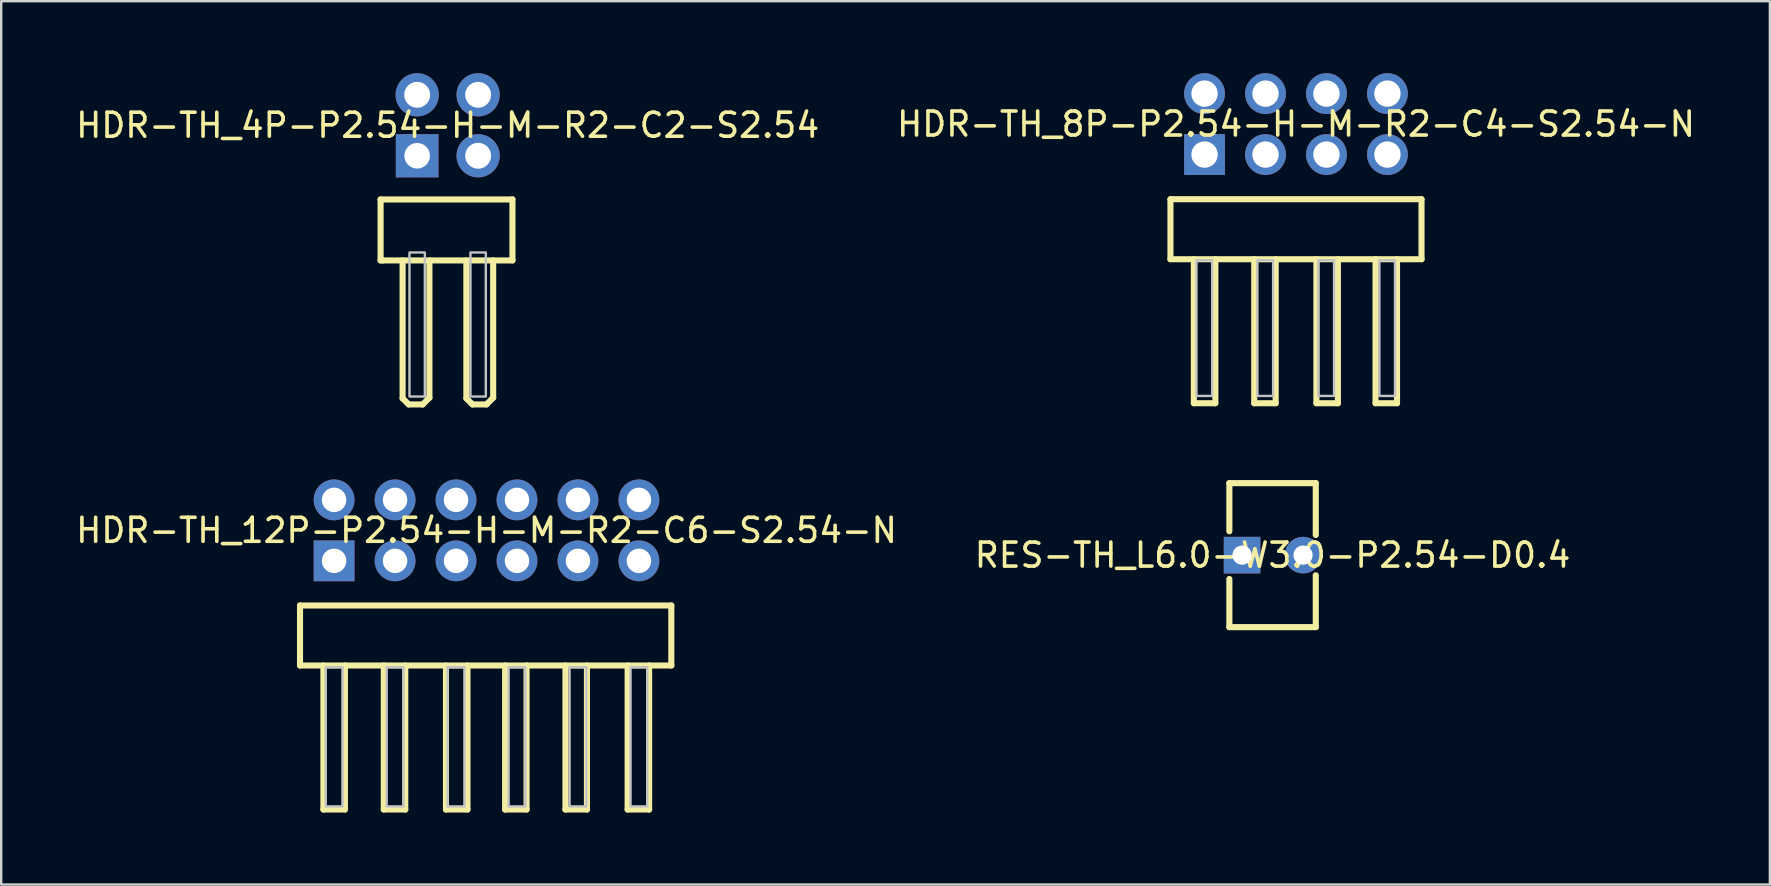
<source format=kicad_pcb>
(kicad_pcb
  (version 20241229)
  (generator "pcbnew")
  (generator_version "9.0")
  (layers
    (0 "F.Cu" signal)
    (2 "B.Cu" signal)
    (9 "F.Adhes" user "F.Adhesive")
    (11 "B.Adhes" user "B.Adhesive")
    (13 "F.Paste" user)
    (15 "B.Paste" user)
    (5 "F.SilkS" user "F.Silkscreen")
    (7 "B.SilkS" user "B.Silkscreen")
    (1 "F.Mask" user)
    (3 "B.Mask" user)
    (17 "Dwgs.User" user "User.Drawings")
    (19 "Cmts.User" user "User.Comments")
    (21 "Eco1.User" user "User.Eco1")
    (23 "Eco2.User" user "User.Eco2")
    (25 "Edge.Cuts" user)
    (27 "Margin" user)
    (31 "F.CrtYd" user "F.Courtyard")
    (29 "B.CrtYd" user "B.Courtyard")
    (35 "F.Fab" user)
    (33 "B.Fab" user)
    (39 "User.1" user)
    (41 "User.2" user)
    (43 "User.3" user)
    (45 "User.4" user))
  (footprint "HDR-TH_4P-P2.54-H-M-R2-C2-S2.54"
    (layer "F.Cu")
    (at 15.601 2.17)
    (property "Reference" "HDR-TH_4P-P2.54-H-M-R2-C2-S2.54" (at 0 0 0) (layer "F.SilkS") (effects (font (size 1 1) (thickness 0.15))))
    (fp_line (start -2.794 3.09) (end 2.7 3.09) (stroke (width 0.254) (type default)) (layer "F.SilkS"))
    (fp_line (start -2.794 5.63) (end -2.794 3.09) (stroke (width 0.254) (type default)) (layer "F.SilkS"))
    (fp_line (start -2.7 5.63) (end -2.794 5.63) (stroke (width 0.254) (type default)) (layer "F.SilkS"))
    (fp_line (start -1.877 5.63) (end -1.877 11.376) (stroke (width 0.254) (type default)) (layer "F.SilkS"))
    (fp_line (start -1.877 11.376) (end -1.623 11.63) (stroke (width 0.254) (type default)) (layer "F.SilkS"))
    (fp_line (start -1.623 11.63) (end -1.039 11.63) (stroke (width 0.254) (type default)) (layer "F.SilkS"))
    (fp_line (start -0.76 5.63) (end -0.76 11.351) (stroke (width 0.254) (type default)) (layer "F.SilkS"))
    (fp_line (start -0.76 11.351) (end -1.039 11.63) (stroke (width 0.254) (type default)) (layer "F.SilkS"))
    (fp_line (start 0.78 5.63) (end 0.78 11.376) (stroke (width 0.254) (type default)) (layer "F.SilkS"))
    (fp_line (start 0.78 11.376) (end 1.034 11.63) (stroke (width 0.254) (type default)) (layer "F.SilkS"))
    (fp_line (start 1.034 11.63) (end 1.618 11.63) (stroke (width 0.254) (type default)) (layer "F.SilkS"))
    (fp_line (start 1.897 5.63) (end 1.897 11.351) (stroke (width 0.254) (type default)) (layer "F.SilkS"))
    (fp_line (start 1.897 11.351) (end 1.618 11.63) (stroke (width 0.254) (type default)) (layer "F.SilkS"))
    (fp_line (start 2.7 5.63) (end -2.7 5.63) (stroke (width 0.254) (type default)) (layer "F.SilkS"))
    (fp_line (start 2.7 5.63) (end 2.7 3.09) (stroke (width 0.254) (type default)) (layer "F.SilkS"))
    (fp_poly (pts (xy -1.59 11.3) (xy -1.59 5.3) (xy -0.95 5.3) (xy -0.95 11.3)) (stroke (width 0.1) (type default)) (fill no) (layer "Dwgs.User"))
    (fp_poly (pts (xy 0.95 11.3) (xy 0.95 5.3) (xy 1.59 5.3) (xy 1.59 11.3)) (stroke (width 0.1) (type default)) (fill no) (layer "Dwgs.User"))
    (fp_poly (pts (xy -1.59 -1.59) (xy -0.95 -1.59) (xy -0.95 11.3) (xy -1.59 11.3)) (stroke (width 0.1) (type default)) (fill no) (layer "User.1"))
    (fp_poly (pts (xy -0.95 -0.95) (xy -1.59 -0.95) (xy -1.59 -1.59) (xy -0.95 -1.59)) (stroke (width 0.1) (type default)) (fill no) (layer "User.1"))
    (fp_poly (pts (xy -0.95 1.59) (xy -1.59 1.59) (xy -1.59 0.95) (xy -0.95 0.95)) (stroke (width 0.1) (type default)) (fill no) (layer "User.1"))
    (fp_poly (pts (xy 0.95 -1.59) (xy 1.59 -1.59) (xy 1.59 11.3) (xy 0.95 11.3)) (stroke (width 0.1) (type default)) (fill no) (layer "User.1"))
    (fp_poly (pts (xy 1.59 -0.95) (xy 0.95 -0.95) (xy 0.95 -1.59) (xy 1.59 -1.59)) (stroke (width 0.1) (type default)) (fill no) (layer "User.1"))
    (fp_poly (pts (xy 1.59 1.59) (xy 0.95 1.59) (xy 0.95 0.95) (xy 1.59 0.95)) (stroke (width 0.1) (type default)) (fill no) (layer "User.1"))
    (fp_line (start -2.54 2.8) (end 2.54 2.8) (stroke (width 0.051) (type default)) (layer "User.2"))
    (fp_line (start -2.54 5.3) (end -2.54 2.8) (stroke (width 0.051) (type default)) (layer "User.2"))
    (fp_line (start 2.54 2.8) (end 2.54 5.3) (stroke (width 0.051) (type default)) (layer "User.2"))
    (fp_line (start 2.54 5.3) (end -2.54 5.3) (stroke (width 0.051) (type default)) (layer "User.2"))
    (fp_poly (pts (xy -2.485 11.277) (xy -2.517 11.245) (xy -2.563 11.245) (xy -2.595 11.277) (xy -2.595 11.323) (xy -2.563 11.355) (xy -2.517 11.355) (xy -2.485 11.323)) (stroke (width 0.1) (type default)) (fill no) (layer "User.3"))
    (pad "1" thru_hole rect (at -1.27 1.27 180) (size 1.778 1.8) (drill 1.067) (layers "*.Cu" "*.Mask"))
    (pad "2" thru_hole circle (at -1.27 -1.27 180) (size 1.8 1.8) (drill 1.08) (layers "*.Cu" "*.Mask"))
    (pad "3" thru_hole circle (at 1.27 1.27 180) (size 1.8 1.8) (drill 1.08) (layers "*.Cu" "*.Mask"))
    (pad "4" thru_hole circle (at 1.27 -1.27 180) (size 1.8 1.8) (drill 1.08) (layers "*.Cu" "*.Mask")))
  (footprint "RES-TH_L6.0-W3.0-P2.54-D0.4"
    (layer "F.Cu")
    (at 49.97 20.079)
    (property "Reference" "RES-TH_L6.0-W3.0-P2.54-D0.4" (at 0 0 0) (layer "F.SilkS") (effects (font (size 1 1) (thickness 0.15))))
    (fp_line (start -1.8 -3) (end 1.8 -3) (stroke (width 0.254) (type default)) (layer "F.SilkS"))
    (fp_line (start -1.8 -0.993) (end -1.8 -3) (stroke (width 0.254) (type default)) (layer "F.SilkS"))
    (fp_line (start -1.8 3) (end -1.8 0.993) (stroke (width 0.254) (type default)) (layer "F.SilkS"))
    (fp_line (start 1.8 -3) (end 1.8 -0.84) (stroke (width 0.254) (type default)) (layer "F.SilkS"))
    (fp_line (start 1.8 0.84) (end 1.8 3) (stroke (width 0.254) (type default)) (layer "F.SilkS"))
    (fp_line (start 1.8 3) (end -1.8 3) (stroke (width 0.254) (type default)) (layer "F.SilkS"))
    (fp_poly (pts (xy -0.973 -0.039) (xy -0.993 -0.115) (xy -1.032 -0.183) (xy -1.087 -0.238) (xy -1.155 -0.277) (xy -1.231 -0.297) (xy -1.309 -0.297) (xy -1.385 -0.277) (xy -1.453 -0.238) (xy -1.508 -0.183) (xy -1.547 -0.115) (xy -1.567 -0.039) (xy -1.567 0.039) (xy -1.547 0.115) (xy -1.508 0.183) (xy -1.453 0.238) (xy -1.385 0.277) (xy -1.309 0.297) (xy -1.231 0.297) (xy -1.155 0.277) (xy -1.087 0.238) (xy -1.032 0.183) (xy -0.993 0.115) (xy -0.973 0.039)) (stroke (width 0.1) (type default)) (fill no) (layer "User.1"))
    (fp_poly (pts (xy 1.567 -0.039) (xy 1.547 -0.115) (xy 1.508 -0.183) (xy 1.453 -0.238) (xy 1.385 -0.277) (xy 1.309 -0.297) (xy 1.231 -0.297) (xy 1.155 -0.277) (xy 1.087 -0.238) (xy 1.032 -0.183) (xy 0.993 -0.115) (xy 0.973 -0.039) (xy 0.973 0.039) (xy 0.993 0.115) (xy 1.032 0.183) (xy 1.087 0.238) (xy 1.155 0.277) (xy 1.231 0.297) (xy 1.309 0.297) (xy 1.385 0.277) (xy 1.453 0.238) (xy 1.508 0.183) (xy 1.547 0.115) (xy 1.567 0.039)) (stroke (width 0.1) (type default)) (fill no) (layer "User.1"))
    (fp_line (start -2.032 -3.127) (end 2.032 -3.127) (stroke (width 0.051) (type default)) (layer "User.2"))
    (fp_line (start -2.032 3.127) (end -2.032 -3.127) (stroke (width 0.051) (type default)) (layer "User.2"))
    (fp_line (start 2.032 -3.127) (end 2.032 3.127) (stroke (width 0.051) (type default)) (layer "User.2"))
    (fp_line (start 2.032 3.127) (end -2.032 3.127) (stroke (width 0.051) (type default)) (layer "User.2"))
    (fp_poly (pts (xy -1.977 3.104) (xy -2.009 3.072) (xy -2.055 3.072) (xy -2.087 3.104) (xy -2.087 3.15) (xy -2.055 3.182) (xy -2.009 3.182) (xy -1.977 3.15)) (stroke (width 0.1) (type default)) (fill no) (layer "User.3"))
    (pad "1" thru_hole rect (at -1.27 0) (size 1.524 1.524) (drill 0.8) (layers "*.Cu" "*.Mask"))
    (pad "2" thru_hole circle (at 1.27 0) (size 1.524 1.524) (drill 0.8) (layers "*.Cu" "*.Mask")))
  (footprint "HDR-TH_8P-P2.54-H-M-R2-C4-S2.54-N"
    (layer "F.Cu")
    (at 50.946 2.12)
    (property "Reference" "HDR-TH_8P-P2.54-H-M-R2-C4-S2.54-N" (at 0 0 0) (layer "F.SilkS") (effects (font (size 1 1) (thickness 0.15))))
    (fp_line (start -5.23 3.13) (end 5.23 3.13) (stroke (width 0.254) (type default)) (layer "F.SilkS"))
    (fp_line (start -5.23 5.63) (end -5.23 3.13) (stroke (width 0.254) (type default)) (layer "F.SilkS"))
    (fp_line (start -5.23 5.63) (end 5.23 5.63) (stroke (width 0.254) (type default)) (layer "F.SilkS"))
    (fp_line (start -4.255 5.63) (end -4.255 11.63) (stroke (width 0.254) (type default)) (layer "F.SilkS"))
    (fp_line (start -4.255 11.63) (end -3.36 11.63) (stroke (width 0.254) (type default)) (layer "F.SilkS"))
    (fp_line (start -3.36 11.63) (end -3.36 5.63) (stroke (width 0.254) (type default)) (layer "F.SilkS"))
    (fp_line (start -1.74 5.63) (end -1.74 11.63) (stroke (width 0.254) (type default)) (layer "F.SilkS"))
    (fp_line (start -1.74 11.63) (end -0.846 11.63) (stroke (width 0.254) (type default)) (layer "F.SilkS"))
    (fp_line (start -0.846 11.63) (end -0.846 5.63) (stroke (width 0.254) (type default)) (layer "F.SilkS"))
    (fp_line (start 0.851 5.63) (end 0.851 11.63) (stroke (width 0.254) (type default)) (layer "F.SilkS"))
    (fp_line (start 0.851 11.63) (end 1.746 11.63) (stroke (width 0.254) (type default)) (layer "F.SilkS"))
    (fp_line (start 1.746 11.63) (end 1.746 5.63) (stroke (width 0.254) (type default)) (layer "F.SilkS"))
    (fp_line (start 3.315 5.63) (end 3.315 11.63) (stroke (width 0.254) (type default)) (layer "F.SilkS"))
    (fp_line (start 3.315 11.63) (end 4.209 11.63) (stroke (width 0.254) (type default)) (layer "F.SilkS"))
    (fp_line (start 4.209 11.63) (end 4.209 5.63) (stroke (width 0.254) (type default)) (layer "F.SilkS"))
    (fp_line (start 5.23 5.63) (end 5.23 3.13) (stroke (width 0.254) (type default)) (layer "F.SilkS"))
    (fp_poly (pts (xy -4.147 5.673) (xy -3.493 5.673) (xy -3.493 11.327) (xy -4.147 11.327)) (stroke (width 0.1) (type default)) (fill no) (layer "Dwgs.User"))
    (fp_poly (pts (xy -1.607 5.673) (xy -0.953 5.673) (xy -0.953 11.327) (xy -1.607 11.327)) (stroke (width 0.1) (type default)) (fill no) (layer "Dwgs.User"))
    (fp_poly (pts (xy 0.933 5.673) (xy 1.587 5.673) (xy 1.587 11.327) (xy 0.933 11.327)) (stroke (width 0.1) (type default)) (fill no) (layer "Dwgs.User"))
    (fp_poly (pts (xy 3.473 5.673) (xy 4.127 5.673) (xy 4.127 11.327) (xy 3.473 11.327)) (stroke (width 0.1) (type default)) (fill no) (layer "Dwgs.User"))
    (fp_poly (pts (xy -4.13 -1.59) (xy -3.49 -1.59) (xy -3.49 -0.95) (xy -4.13 -0.95)) (stroke (width 0.1) (type default)) (fill no) (layer "User.1"))
    (fp_poly (pts (xy -4.13 0.95) (xy -3.49 0.95) (xy -3.49 1.59) (xy -4.13 1.59)) (stroke (width 0.1) (type default)) (fill no) (layer "User.1"))
    (fp_poly (pts (xy -4.13 11.31) (xy -4.13 -1.59) (xy -3.49 -1.59) (xy -3.49 11.31)) (stroke (width 0.1) (type default)) (fill no) (layer "User.1"))
    (fp_poly (pts (xy -1.59 -1.59) (xy -0.95 -1.59) (xy -0.95 -0.95) (xy -1.59 -0.95)) (stroke (width 0.1) (type default)) (fill no) (layer "User.1"))
    (fp_poly (pts (xy -1.59 0.95) (xy -0.95 0.95) (xy -0.95 1.59) (xy -1.59 1.59)) (stroke (width 0.1) (type default)) (fill no) (layer "User.1"))
    (fp_poly (pts (xy -1.59 11.31) (xy -1.59 -1.59) (xy -0.95 -1.59) (xy -0.95 11.31)) (stroke (width 0.1) (type default)) (fill no) (layer "User.1"))
    (fp_poly (pts (xy 0.95 -1.59) (xy 1.59 -1.59) (xy 1.59 -0.95) (xy 0.95 -0.95)) (stroke (width 0.1) (type default)) (fill no) (layer "User.1"))
    (fp_poly (pts (xy 0.95 0.95) (xy 1.59 0.95) (xy 1.59 1.59) (xy 0.95 1.59)) (stroke (width 0.1) (type default)) (fill no) (layer "User.1"))
    (fp_poly (pts (xy 0.95 11.31) (xy 0.95 -1.59) (xy 1.59 -1.59) (xy 1.59 11.31)) (stroke (width 0.1) (type default)) (fill no) (layer "User.1"))
    (fp_poly (pts (xy 3.49 -1.59) (xy 4.13 -1.59) (xy 4.13 -0.95) (xy 3.49 -0.95)) (stroke (width 0.1) (type default)) (fill no) (layer "User.1"))
    (fp_poly (pts (xy 3.49 0.95) (xy 4.13 0.95) (xy 4.13 1.59) (xy 3.49 1.59)) (stroke (width 0.1) (type default)) (fill no) (layer "User.1"))
    (fp_poly (pts (xy 3.49 11.31) (xy 3.49 -1.59) (xy 4.13 -1.59) (xy 4.13 11.31)) (stroke (width 0.1) (type default)) (fill no) (layer "User.1"))
    (fp_line (start -5.08 3.13) (end 5.08 3.13) (stroke (width 0.051) (type default)) (layer "User.2"))
    (fp_line (start -5.08 5.63) (end -5.08 3.13) (stroke (width 0.051) (type default)) (layer "User.2"))
    (fp_line (start 5.08 3.13) (end 5.08 5.63) (stroke (width 0.051) (type default)) (layer "User.2"))
    (fp_line (start 5.08 5.63) (end -5.08 5.63) (stroke (width 0.051) (type default)) (layer "User.2"))
    (fp_poly (pts (xy -5.025 11.287) (xy -5.057 11.255) (xy -5.103 11.255) (xy -5.135 11.287) (xy -5.135 11.333) (xy -5.103 11.365) (xy -5.057 11.365) (xy -5.025 11.333)) (stroke (width 0.1) (type default)) (fill no) (layer "User.3"))
    (pad "1" thru_hole rect (at -3.81 1.27) (size 1.7 1.7) (drill 1.1 0.9) (layers "*.Cu" "*.Mask"))
    (pad "2" thru_hole circle (at -3.81 -1.27) (size 1.7 1.7) (drill 1.1 0.9) (layers "*.Cu" "*.Mask"))
    (pad "3" thru_hole circle (at -1.27 1.27) (size 1.7 1.7) (drill 1.1 0.9) (layers "*.Cu" "*.Mask"))
    (pad "4" thru_hole circle (at -1.27 -1.27) (size 1.7 1.7) (drill 1.1 0.9) (layers "*.Cu" "*.Mask"))
    (pad "5" thru_hole circle (at 1.27 1.27) (size 1.7 1.7) (drill 1.1 0.9) (layers "*.Cu" "*.Mask"))
    (pad "6" thru_hole circle (at 1.27 -1.27) (size 1.7 1.7) (drill 1.1 0.9) (layers "*.Cu" "*.Mask"))
    (pad "7" thru_hole circle (at 3.81 1.27) (size 1.7 1.7) (drill 1.1 0.9) (layers "*.Cu" "*.Mask"))
    (pad "8" thru_hole circle (at 3.81 -1.27) (size 1.7 1.7) (drill 1.1 0.9) (layers "*.Cu" "*.Mask")))
  (footprint "HDR-TH_12P-P2.54-H-M-R2-C6-S2.54-N"
    (layer "F.Cu")
    (at 17.22 19.047)
    (property "Reference" "HDR-TH_12P-P2.54-H-M-R2-C6-S2.54-N" (at 0 0 0) (layer "F.SilkS") (effects (font (size 1 1) (thickness 0.15))))
    (fp_line (start -7.77 5.63) (end -7.77 3.13) (stroke (width 0.254) (type default)) (layer "F.SilkS"))
    (fp_line (start -7.77 5.63) (end 7.7 5.63) (stroke (width 0.254) (type default)) (layer "F.SilkS"))
    (fp_line (start -6.795 5.63) (end -6.795 11.63) (stroke (width 0.254) (type default)) (layer "F.SilkS"))
    (fp_line (start -6.795 11.63) (end -5.9 11.63) (stroke (width 0.254) (type default)) (layer "F.SilkS"))
    (fp_line (start -5.9 11.63) (end -5.9 5.63) (stroke (width 0.254) (type default)) (layer "F.SilkS"))
    (fp_line (start -4.28 5.63) (end -4.28 11.63) (stroke (width 0.254) (type default)) (layer "F.SilkS"))
    (fp_line (start -4.28 11.63) (end -3.385 11.63) (stroke (width 0.254) (type default)) (layer "F.SilkS"))
    (fp_line (start -3.385 11.63) (end -3.385 5.63) (stroke (width 0.254) (type default)) (layer "F.SilkS"))
    (fp_line (start -1.689 5.63) (end -1.689 11.63) (stroke (width 0.254) (type default)) (layer "F.SilkS"))
    (fp_line (start -1.689 11.63) (end -0.794 11.63) (stroke (width 0.254) (type default)) (layer "F.SilkS"))
    (fp_line (start -0.794 11.63) (end -0.794 5.63) (stroke (width 0.254) (type default)) (layer "F.SilkS"))
    (fp_line (start 0.775 5.63) (end 0.775 11.63) (stroke (width 0.254) (type default)) (layer "F.SilkS"))
    (fp_line (start 0.775 11.63) (end 1.669 11.63) (stroke (width 0.254) (type default)) (layer "F.SilkS"))
    (fp_line (start 1.669 11.63) (end 1.669 5.63) (stroke (width 0.254) (type default)) (layer "F.SilkS"))
    (fp_line (start 3.289 5.63) (end 3.289 11.63) (stroke (width 0.254) (type default)) (layer "F.SilkS"))
    (fp_line (start 3.289 11.63) (end 4.184 11.63) (stroke (width 0.254) (type default)) (layer "F.SilkS"))
    (fp_line (start 4.184 11.63) (end 4.184 5.63) (stroke (width 0.254) (type default)) (layer "F.SilkS"))
    (fp_line (start 5.88 5.63) (end 5.88 11.63) (stroke (width 0.254) (type default)) (layer "F.SilkS"))
    (fp_line (start 5.88 11.63) (end 6.774 11.63) (stroke (width 0.254) (type default)) (layer "F.SilkS"))
    (fp_line (start 6.774 11.63) (end 6.774 5.63) (stroke (width 0.254) (type default)) (layer "F.SilkS"))
    (fp_line (start 7.7 3.13) (end -7.77 3.13) (stroke (width 0.254) (type default)) (layer "F.SilkS"))
    (fp_line (start 7.7 5.63) (end 7.7 3.13) (stroke (width 0.254) (type default)) (layer "F.SilkS"))
    (fp_poly (pts (xy -6.7 5.7) (xy -6.7 11.5) (xy -6 11.5) (xy -6 5.7)) (stroke (width 0.1) (type default)) (fill no) (layer "Dwgs.User"))
    (fp_poly (pts (xy -4.16 5.7) (xy -4.16 11.5) (xy -3.46 11.5) (xy -3.46 5.7)) (stroke (width 0.1) (type default)) (fill no) (layer "Dwgs.User"))
    (fp_poly (pts (xy -1.62 5.7) (xy -1.62 11.5) (xy -0.92 11.5) (xy -0.92 5.7)) (stroke (width 0.1) (type default)) (fill no) (layer "Dwgs.User"))
    (fp_poly (pts (xy 0.92 5.7) (xy 0.92 11.5) (xy 1.62 11.5) (xy 1.62 5.7)) (stroke (width 0.1) (type default)) (fill no) (layer "Dwgs.User"))
    (fp_poly (pts (xy 3.46 5.7) (xy 3.46 11.5) (xy 4.16 11.5) (xy 4.16 5.7)) (stroke (width 0.1) (type default)) (fill no) (layer "Dwgs.User"))
    (fp_poly (pts (xy 6 5.7) (xy 6 11.5) (xy 6.7 11.5) (xy 6.7 5.7)) (stroke (width 0.1) (type default)) (fill no) (layer "Dwgs.User"))
    (fp_poly (pts (xy -6.67 -1.59) (xy -6.03 -1.59) (xy -6.03 -0.95) (xy -6.67 -0.95)) (stroke (width 0.1) (type default)) (fill no) (layer "User.1"))
    (fp_poly (pts (xy -6.67 -1.59) (xy -6.03 -1.59) (xy -6.03 11.31) (xy -6.67 11.31)) (stroke (width 0.1) (type default)) (fill no) (layer "User.1"))
    (fp_poly (pts (xy -6.67 0.95) (xy -6.03 0.95) (xy -6.03 1.59) (xy -6.67 1.59)) (stroke (width 0.1) (type default)) (fill no) (layer "User.1"))
    (fp_poly (pts (xy -4.13 -1.59) (xy -3.49 -1.59) (xy -3.49 -0.95) (xy -4.13 -0.95)) (stroke (width 0.1) (type default)) (fill no) (layer "User.1"))
    (fp_poly (pts (xy -4.13 -1.59) (xy -3.49 -1.59) (xy -3.49 11.31) (xy -4.13 11.31)) (stroke (width 0.1) (type default)) (fill no) (layer "User.1"))
    (fp_poly (pts (xy -4.13 0.95) (xy -3.49 0.95) (xy -3.49 1.59) (xy -4.13 1.59)) (stroke (width 0.1) (type default)) (fill no) (layer "User.1"))
    (fp_poly (pts (xy -1.59 -1.59) (xy -0.95 -1.59) (xy -0.95 -0.95) (xy -1.59 -0.95)) (stroke (width 0.1) (type default)) (fill no) (layer "User.1"))
    (fp_poly (pts (xy -1.59 -1.59) (xy -0.95 -1.59) (xy -0.95 11.31) (xy -1.59 11.31)) (stroke (width 0.1) (type default)) (fill no) (layer "User.1"))
    (fp_poly (pts (xy -1.59 0.95) (xy -0.95 0.95) (xy -0.95 1.59) (xy -1.59 1.59)) (stroke (width 0.1) (type default)) (fill no) (layer "User.1"))
    (fp_poly (pts (xy 0.95 -1.59) (xy 1.59 -1.59) (xy 1.59 -0.95) (xy 0.95 -0.95)) (stroke (width 0.1) (type default)) (fill no) (layer "User.1"))
    (fp_poly (pts (xy 0.95 -1.59) (xy 1.59 -1.59) (xy 1.59 11.31) (xy 0.95 11.31)) (stroke (width 0.1) (type default)) (fill no) (layer "User.1"))
    (fp_poly (pts (xy 0.95 0.95) (xy 1.59 0.95) (xy 1.59 1.59) (xy 0.95 1.59)) (stroke (width 0.1) (type default)) (fill no) (layer "User.1"))
    (fp_poly (pts (xy 3.49 -1.59) (xy 4.13 -1.59) (xy 4.13 -0.95) (xy 3.49 -0.95)) (stroke (width 0.1) (type default)) (fill no) (layer "User.1"))
    (fp_poly (pts (xy 3.49 -1.59) (xy 4.13 -1.59) (xy 4.13 11.31) (xy 3.49 11.31)) (stroke (width 0.1) (type default)) (fill no) (layer "User.1"))
    (fp_poly (pts (xy 3.49 0.95) (xy 4.13 0.95) (xy 4.13 1.59) (xy 3.49 1.59)) (stroke (width 0.1) (type default)) (fill no) (layer "User.1"))
    (fp_poly (pts (xy 6.03 -1.59) (xy 6.67 -1.59) (xy 6.67 -0.95) (xy 6.03 -0.95)) (stroke (width 0.1) (type default)) (fill no) (layer "User.1"))
    (fp_poly (pts (xy 6.03 -1.59) (xy 6.67 -1.59) (xy 6.67 11.31) (xy 6.03 11.31)) (stroke (width 0.1) (type default)) (fill no) (layer "User.1"))
    (fp_poly (pts (xy 6.03 0.95) (xy 6.67 0.95) (xy 6.67 1.59) (xy 6.03 1.59)) (stroke (width 0.1) (type default)) (fill no) (layer "User.1"))
    (fp_line (start -7.62 3.13) (end 7.62 3.13) (stroke (width 0.051) (type default)) (layer "User.2"))
    (fp_line (start -7.62 5.63) (end -7.62 3.13) (stroke (width 0.051) (type default)) (layer "User.2"))
    (fp_line (start 7.62 3.13) (end 7.62 5.63) (stroke (width 0.051) (type default)) (layer "User.2"))
    (fp_line (start 7.62 5.63) (end -7.62 5.63) (stroke (width 0.051) (type default)) (layer "User.2"))
    (fp_poly (pts (xy -7.565 11.287) (xy -7.597 11.255) (xy -7.643 11.255) (xy -7.675 11.287) (xy -7.675 11.333) (xy -7.643 11.365) (xy -7.597 11.365) (xy -7.565 11.333)) (stroke (width 0.1) (type default)) (fill no) (layer "User.3"))
    (pad "1" thru_hole rect (at -6.35 1.27) (size 1.7 1.7) (drill 1.02) (layers "*.Cu" "*.Mask"))
    (pad "2" thru_hole circle (at -6.35 -1.27) (size 1.7 1.7) (drill 1.02) (layers "*.Cu" "*.Mask"))
    (pad "3" thru_hole circle (at -3.81 1.27) (size 1.7 1.7) (drill 1.02) (layers "*.Cu" "*.Mask"))
    (pad "4" thru_hole circle (at -3.81 -1.27) (size 1.7 1.7) (drill 1.02) (layers "*.Cu" "*.Mask"))
    (pad "5" thru_hole circle (at -1.27 1.27) (size 1.7 1.7) (drill 1.02) (layers "*.Cu" "*.Mask"))
    (pad "6" thru_hole circle (at -1.27 -1.27) (size 1.7 1.7) (drill 1.02) (layers "*.Cu" "*.Mask"))
    (pad "7" thru_hole circle (at 1.27 1.27) (size 1.7 1.7) (drill 1.02) (layers "*.Cu" "*.Mask"))
    (pad "8" thru_hole circle (at 1.27 -1.27) (size 1.7 1.7) (drill 1.02) (layers "*.Cu" "*.Mask"))
    (pad "9" thru_hole circle (at 3.81 1.27) (size 1.7 1.7) (drill 1.02) (layers "*.Cu" "*.Mask"))
    (pad "10" thru_hole circle (at 3.81 -1.27) (size 1.7 1.7) (drill 1.02) (layers "*.Cu" "*.Mask"))
    (pad "11" thru_hole circle (at 6.35 1.27) (size 1.7 1.7) (drill 1.02) (layers "*.Cu" "*.Mask"))
    (pad "12" thru_hole circle (at 6.35 -1.27) (size 1.7 1.7) (drill 1.02) (layers "*.Cu" "*.Mask")))
  (gr_rect
    (start -3 -3)
    (end 70.69 33.804)
    (stroke (width 0.1) (type default))
    (fill no)
    (layer "Edge.Cuts")))
</source>
